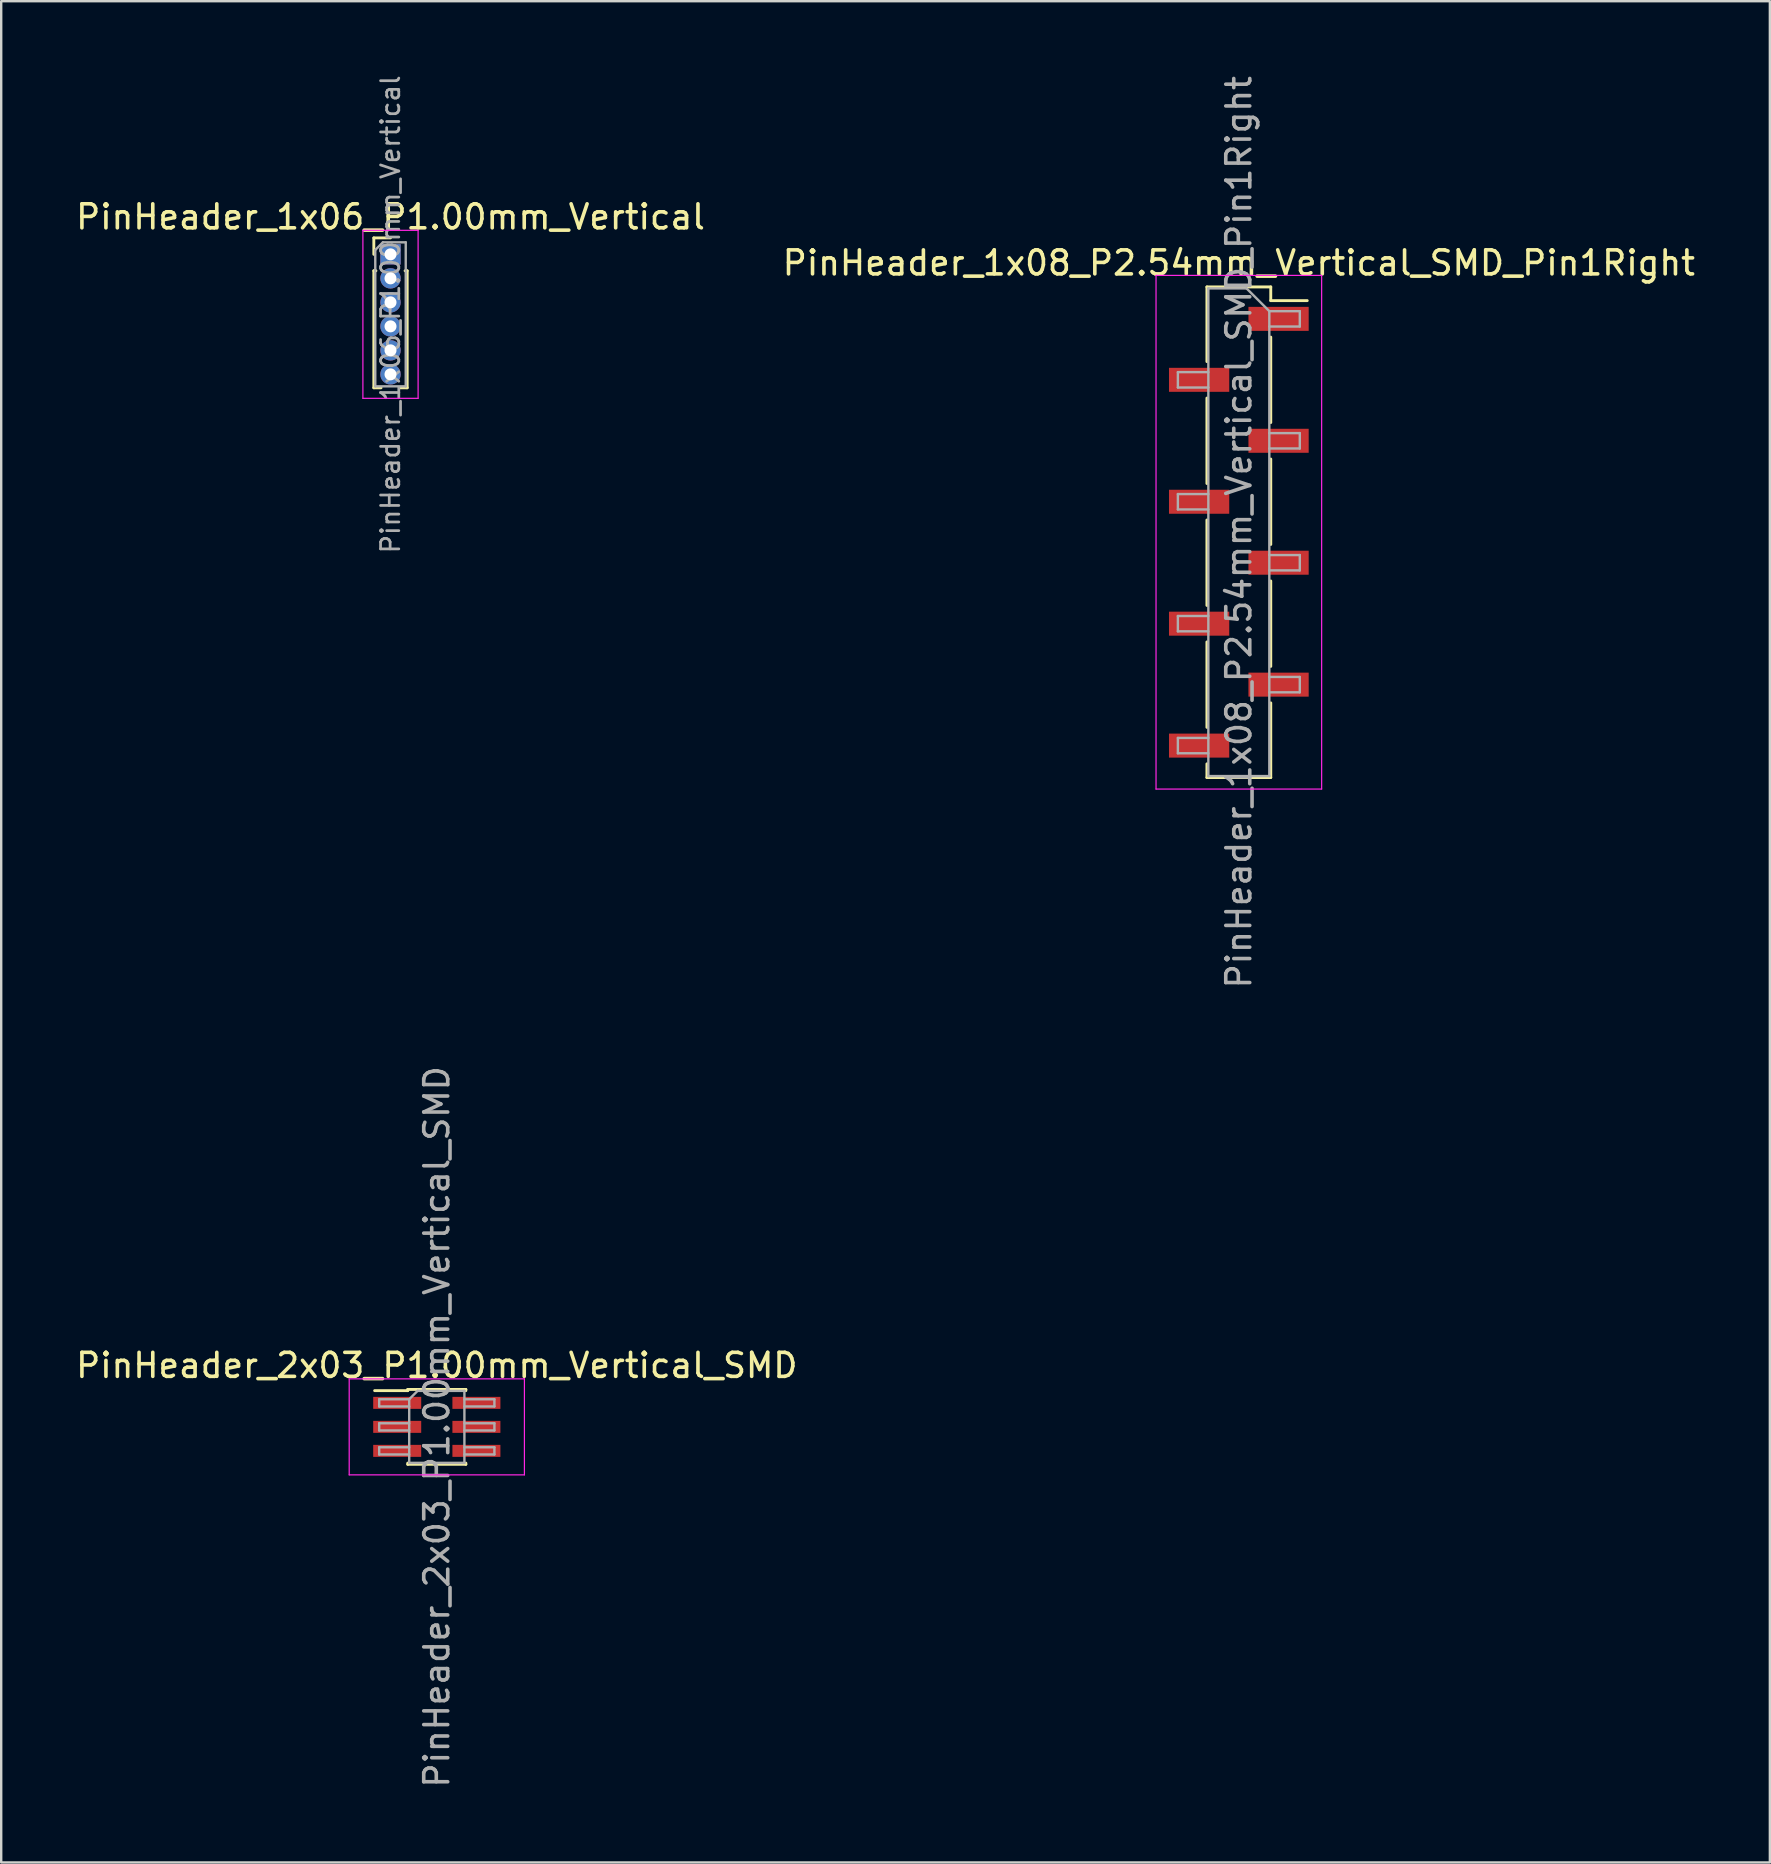
<source format=kicad_pcb>
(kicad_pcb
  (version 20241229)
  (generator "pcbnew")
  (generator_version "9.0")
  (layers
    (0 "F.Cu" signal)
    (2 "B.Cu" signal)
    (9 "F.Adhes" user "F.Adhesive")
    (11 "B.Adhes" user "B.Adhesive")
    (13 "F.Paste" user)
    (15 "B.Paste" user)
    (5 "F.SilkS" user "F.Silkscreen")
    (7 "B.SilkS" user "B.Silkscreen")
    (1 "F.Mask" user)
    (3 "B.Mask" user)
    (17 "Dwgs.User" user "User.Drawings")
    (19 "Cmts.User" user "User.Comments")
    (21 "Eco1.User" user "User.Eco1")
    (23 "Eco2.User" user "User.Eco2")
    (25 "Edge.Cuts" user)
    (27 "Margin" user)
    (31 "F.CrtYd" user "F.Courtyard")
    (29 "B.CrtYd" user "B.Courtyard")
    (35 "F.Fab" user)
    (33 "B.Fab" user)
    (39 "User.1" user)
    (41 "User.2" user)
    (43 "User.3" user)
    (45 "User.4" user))
  (footprint "PinHeader_1x06_P1.00mm_Vertical"
    (layer "F.Cu")
    (at 13.22 7.547)
    (property "Reference" "PinHeader_1x06_P1.00mm_Vertical" (at 0 -1.56 0) (layer "F.SilkS") (effects (font (size 1 1) (thickness 0.15))))
    (attr through_hole)
    (fp_line (start -0.695 -0.685) (end 0 -0.685) (stroke (width 0.12) (type solid)) (layer "F.SilkS"))
    (fp_line (start -0.695 0) (end -0.695 -0.685) (stroke (width 0.12) (type solid)) (layer "F.SilkS"))
    (fp_line (start -0.695 0.685) (end -0.695 5.56) (stroke (width 0.12) (type solid)) (layer "F.SilkS"))
    (fp_line (start -0.695 0.685) (end -0.608 0.685) (stroke (width 0.12) (type solid)) (layer "F.SilkS"))
    (fp_line (start -0.695 5.56) (end -0.394 5.56) (stroke (width 0.12) (type solid)) (layer "F.SilkS"))
    (fp_line (start 0.394 5.56) (end 0.695 5.56) (stroke (width 0.12) (type solid)) (layer "F.SilkS"))
    (fp_line (start 0.608 0.685) (end 0.695 0.685) (stroke (width 0.12) (type solid)) (layer "F.SilkS"))
    (fp_line (start 0.695 0.685) (end 0.695 5.56) (stroke (width 0.12) (type solid)) (layer "F.SilkS"))
    (fp_line (start -1.15 -1) (end -1.15 6) (stroke (width 0.05) (type solid)) (layer "F.CrtYd"))
    (fp_line (start -1.15 6) (end 1.15 6) (stroke (width 0.05) (type solid)) (layer "F.CrtYd"))
    (fp_line (start 1.15 -1) (end -1.15 -1) (stroke (width 0.05) (type solid)) (layer "F.CrtYd"))
    (fp_line (start 1.15 6) (end 1.15 -1) (stroke (width 0.05) (type solid)) (layer "F.CrtYd"))
    (fp_line (start -0.635 -0.182) (end -0.318 -0.5) (stroke (width 0.1) (type solid)) (layer "F.Fab"))
    (fp_line (start -0.635 5.5) (end -0.635 -0.182) (stroke (width 0.1) (type solid)) (layer "F.Fab"))
    (fp_line (start -0.318 -0.5) (end 0.635 -0.5) (stroke (width 0.1) (type solid)) (layer "F.Fab"))
    (fp_line (start 0.635 -0.5) (end 0.635 5.5) (stroke (width 0.1) (type solid)) (layer "F.Fab"))
    (fp_line (start 0.635 5.5) (end -0.635 5.5) (stroke (width 0.1) (type solid)) (layer "F.Fab"))
    (fp_text user "${REFERENCE}" (at 0 2.5 90) (layer "F.Fab") (effects (font (size 0.76 0.76) (thickness 0.114))))
    (pad "1" thru_hole rect (at 0 0) (size 0.85 0.85) (drill 0.5) (layers "*.Cu" "*.Mask"))
    (pad "2" thru_hole oval (at 0 1) (size 0.85 0.85) (drill 0.5) (layers "*.Cu" "*.Mask"))
    (pad "3" thru_hole oval (at 0 2) (size 0.85 0.85) (drill 0.5) (layers "*.Cu" "*.Mask"))
    (pad "4" thru_hole oval (at 0 3) (size 0.85 0.85) (drill 0.5) (layers "*.Cu" "*.Mask"))
    (pad "5" thru_hole oval (at 0 4) (size 0.85 0.85) (drill 0.5) (layers "*.Cu" "*.Mask"))
    (pad "6" thru_hole oval (at 0 5) (size 0.85 0.85) (drill 0.5) (layers "*.Cu" "*.Mask")))
  (footprint "PinHeader_2x03_P1.00mm_Vertical_SMD"
    (layer "F.Cu")
    (at 15.149 56.399)
    (property "Reference" "PinHeader_2x03_P1.00mm_Vertical_SMD" (at 0 -2.56 0) (layer "F.SilkS") (effects (font (size 1 1) (thickness 0.15))))
    (attr smd)
    (fp_line (start -2.59 -1.51) (end -1.21 -1.51) (stroke (width 0.12) (type solid)) (layer "F.SilkS"))
    (fp_line (start -1.21 -1.56) (end -1.21 -1.51) (stroke (width 0.12) (type solid)) (layer "F.SilkS"))
    (fp_line (start -1.21 -1.56) (end 1.21 -1.56) (stroke (width 0.12) (type solid)) (layer "F.SilkS"))
    (fp_line (start -1.21 1.51) (end -1.21 1.56) (stroke (width 0.12) (type solid)) (layer "F.SilkS"))
    (fp_line (start -1.21 1.56) (end 1.21 1.56) (stroke (width 0.12) (type solid)) (layer "F.SilkS"))
    (fp_line (start 1.21 -1.56) (end 1.21 -1.51) (stroke (width 0.12) (type solid)) (layer "F.SilkS"))
    (fp_line (start 1.21 1.51) (end 1.21 1.56) (stroke (width 0.12) (type solid)) (layer "F.SilkS"))
    (fp_line (start -3.65 -2) (end -3.65 2) (stroke (width 0.05) (type solid)) (layer "F.CrtYd"))
    (fp_line (start -3.65 2) (end 3.65 2) (stroke (width 0.05) (type solid)) (layer "F.CrtYd"))
    (fp_line (start 3.65 -2) (end -3.65 -2) (stroke (width 0.05) (type solid)) (layer "F.CrtYd"))
    (fp_line (start 3.65 2) (end 3.65 -2) (stroke (width 0.05) (type solid)) (layer "F.CrtYd"))
    (fp_line (start -2.4 -1.15) (end -2.4 -0.85) (stroke (width 0.1) (type solid)) (layer "F.Fab"))
    (fp_line (start -2.4 -0.85) (end -1.15 -0.85) (stroke (width 0.1) (type solid)) (layer "F.Fab"))
    (fp_line (start -2.4 -0.15) (end -2.4 0.15) (stroke (width 0.1) (type solid)) (layer "F.Fab"))
    (fp_line (start -2.4 0.15) (end -1.15 0.15) (stroke (width 0.1) (type solid)) (layer "F.Fab"))
    (fp_line (start -2.4 0.85) (end -2.4 1.15) (stroke (width 0.1) (type solid)) (layer "F.Fab"))
    (fp_line (start -2.4 1.15) (end -1.15 1.15) (stroke (width 0.1) (type solid)) (layer "F.Fab"))
    (fp_line (start -1.15 -1.15) (end -2.4 -1.15) (stroke (width 0.1) (type solid)) (layer "F.Fab"))
    (fp_line (start -1.15 -1.15) (end -0.8 -1.5) (stroke (width 0.1) (type solid)) (layer "F.Fab"))
    (fp_line (start -1.15 -0.15) (end -2.4 -0.15) (stroke (width 0.1) (type solid)) (layer "F.Fab"))
    (fp_line (start -1.15 0.85) (end -2.4 0.85) (stroke (width 0.1) (type solid)) (layer "F.Fab"))
    (fp_line (start -1.15 1.5) (end -1.15 -1.15) (stroke (width 0.1) (type solid)) (layer "F.Fab"))
    (fp_line (start -0.8 -1.5) (end 1.15 -1.5) (stroke (width 0.1) (type solid)) (layer "F.Fab"))
    (fp_line (start 1.15 -1.5) (end 1.15 1.5) (stroke (width 0.1) (type solid)) (layer "F.Fab"))
    (fp_line (start 1.15 -1.15) (end 2.4 -1.15) (stroke (width 0.1) (type solid)) (layer "F.Fab"))
    (fp_line (start 1.15 -0.15) (end 2.4 -0.15) (stroke (width 0.1) (type solid)) (layer "F.Fab"))
    (fp_line (start 1.15 0.85) (end 2.4 0.85) (stroke (width 0.1) (type solid)) (layer "F.Fab"))
    (fp_line (start 1.15 1.5) (end -1.15 1.5) (stroke (width 0.1) (type solid)) (layer "F.Fab"))
    (fp_line (start 2.4 -1.15) (end 2.4 -0.85) (stroke (width 0.1) (type solid)) (layer "F.Fab"))
    (fp_line (start 2.4 -0.85) (end 1.15 -0.85) (stroke (width 0.1) (type solid)) (layer "F.Fab"))
    (fp_line (start 2.4 -0.15) (end 2.4 0.15) (stroke (width 0.1) (type solid)) (layer "F.Fab"))
    (fp_line (start 2.4 0.15) (end 1.15 0.15) (stroke (width 0.1) (type solid)) (layer "F.Fab"))
    (fp_line (start 2.4 0.85) (end 2.4 1.15) (stroke (width 0.1) (type solid)) (layer "F.Fab"))
    (fp_line (start 2.4 1.15) (end 1.15 1.15) (stroke (width 0.1) (type solid)) (layer "F.Fab"))
    (fp_text user "${REFERENCE}" (at 0 0 90) (layer "F.Fab") (effects (font (size 1 1) (thickness 0.15))))
    (pad "1" smd rect (at -1.65 -1) (size 2 0.5) (layers "F.Cu" "F.Mask" "F.Paste"))
    (pad "2" smd rect (at 1.65 -1) (size 2 0.5) (layers "F.Cu" "F.Mask" "F.Paste"))
    (pad "3" smd rect (at -1.65 0) (size 2 0.5) (layers "F.Cu" "F.Mask" "F.Paste"))
    (pad "4" smd rect (at 1.65 0) (size 2 0.5) (layers "F.Cu" "F.Mask" "F.Paste"))
    (pad "5" smd rect (at -1.65 1) (size 2 0.5) (layers "F.Cu" "F.Mask" "F.Paste"))
    (pad "6" smd rect (at 1.65 1) (size 2 0.5) (layers "F.Cu" "F.Mask" "F.Paste")))
  (footprint "PinHeader_1x08_P2.54mm_Vertical_SMD_Pin1Right"
    (layer "F.Cu")
    (at 48.565 19.125)
    (property "Reference" "PinHeader_1x08_P2.54mm_Vertical_SMD_Pin1Right" (at 0 -11.22 0) (layer "F.SilkS") (effects (font (size 1 1) (thickness 0.15))))
    (attr smd)
    (fp_line (start -1.33 -10.22) (end -1.33 -7.11) (stroke (width 0.12) (type solid)) (layer "F.SilkS"))
    (fp_line (start -1.33 -10.22) (end 1.33 -10.22) (stroke (width 0.12) (type solid)) (layer "F.SilkS"))
    (fp_line (start -1.33 -5.59) (end -1.33 -2.03) (stroke (width 0.12) (type solid)) (layer "F.SilkS"))
    (fp_line (start -1.33 -0.51) (end -1.33 3.05) (stroke (width 0.12) (type solid)) (layer "F.SilkS"))
    (fp_line (start -1.33 4.57) (end -1.33 8.13) (stroke (width 0.12) (type solid)) (layer "F.SilkS"))
    (fp_line (start -1.33 9.65) (end -1.33 10.22) (stroke (width 0.12) (type solid)) (layer "F.SilkS"))
    (fp_line (start -1.33 10.22) (end 1.33 10.22) (stroke (width 0.12) (type solid)) (layer "F.SilkS"))
    (fp_line (start 1.33 -10.22) (end 1.33 -9.65) (stroke (width 0.12) (type solid)) (layer "F.SilkS"))
    (fp_line (start 1.33 -9.65) (end 2.85 -9.65) (stroke (width 0.12) (type solid)) (layer "F.SilkS"))
    (fp_line (start 1.33 -8.13) (end 1.33 -4.57) (stroke (width 0.12) (type solid)) (layer "F.SilkS"))
    (fp_line (start 1.33 -3.05) (end 1.33 0.51) (stroke (width 0.12) (type solid)) (layer "F.SilkS"))
    (fp_line (start 1.33 2.03) (end 1.33 5.59) (stroke (width 0.12) (type solid)) (layer "F.SilkS"))
    (fp_line (start 1.33 7.11) (end 1.33 10.22) (stroke (width 0.12) (type solid)) (layer "F.SilkS"))
    (fp_line (start -3.45 -10.7) (end -3.45 10.7) (stroke (width 0.05) (type solid)) (layer "F.CrtYd"))
    (fp_line (start -3.45 10.7) (end 3.45 10.7) (stroke (width 0.05) (type solid)) (layer "F.CrtYd"))
    (fp_line (start 3.45 -10.7) (end -3.45 -10.7) (stroke (width 0.05) (type solid)) (layer "F.CrtYd"))
    (fp_line (start 3.45 10.7) (end 3.45 -10.7) (stroke (width 0.05) (type solid)) (layer "F.CrtYd"))
    (fp_line (start -2.54 -6.67) (end -2.54 -6.03) (stroke (width 0.1) (type solid)) (layer "F.Fab"))
    (fp_line (start -2.54 -6.03) (end -1.27 -6.03) (stroke (width 0.1) (type solid)) (layer "F.Fab"))
    (fp_line (start -2.54 -1.59) (end -2.54 -0.95) (stroke (width 0.1) (type solid)) (layer "F.Fab"))
    (fp_line (start -2.54 -0.95) (end -1.27 -0.95) (stroke (width 0.1) (type solid)) (layer "F.Fab"))
    (fp_line (start -2.54 3.49) (end -2.54 4.13) (stroke (width 0.1) (type solid)) (layer "F.Fab"))
    (fp_line (start -2.54 4.13) (end -1.27 4.13) (stroke (width 0.1) (type solid)) (layer "F.Fab"))
    (fp_line (start -2.54 8.57) (end -2.54 9.21) (stroke (width 0.1) (type solid)) (layer "F.Fab"))
    (fp_line (start -2.54 9.21) (end -1.27 9.21) (stroke (width 0.1) (type solid)) (layer "F.Fab"))
    (fp_line (start -1.27 -10.16) (end -1.27 10.16) (stroke (width 0.1) (type solid)) (layer "F.Fab"))
    (fp_line (start -1.27 -10.16) (end 0.32 -10.16) (stroke (width 0.1) (type solid)) (layer "F.Fab"))
    (fp_line (start -1.27 -6.67) (end -2.54 -6.67) (stroke (width 0.1) (type solid)) (layer "F.Fab"))
    (fp_line (start -1.27 -1.59) (end -2.54 -1.59) (stroke (width 0.1) (type solid)) (layer "F.Fab"))
    (fp_line (start -1.27 3.49) (end -2.54 3.49) (stroke (width 0.1) (type solid)) (layer "F.Fab"))
    (fp_line (start -1.27 8.57) (end -2.54 8.57) (stroke (width 0.1) (type solid)) (layer "F.Fab"))
    (fp_line (start 1.27 -9.21) (end 0.32 -10.16) (stroke (width 0.1) (type solid)) (layer "F.Fab"))
    (fp_line (start 1.27 -9.21) (end 2.54 -9.21) (stroke (width 0.1) (type solid)) (layer "F.Fab"))
    (fp_line (start 1.27 -4.13) (end 2.54 -4.13) (stroke (width 0.1) (type solid)) (layer "F.Fab"))
    (fp_line (start 1.27 0.95) (end 2.54 0.95) (stroke (width 0.1) (type solid)) (layer "F.Fab"))
    (fp_line (start 1.27 6.03) (end 2.54 6.03) (stroke (width 0.1) (type solid)) (layer "F.Fab"))
    (fp_line (start 1.27 10.16) (end -1.27 10.16) (stroke (width 0.1) (type solid)) (layer "F.Fab"))
    (fp_line (start 1.27 10.16) (end 1.27 -9.21) (stroke (width 0.1) (type solid)) (layer "F.Fab"))
    (fp_line (start 2.54 -9.21) (end 2.54 -8.57) (stroke (width 0.1) (type solid)) (layer "F.Fab"))
    (fp_line (start 2.54 -8.57) (end 1.27 -8.57) (stroke (width 0.1) (type solid)) (layer "F.Fab"))
    (fp_line (start 2.54 -4.13) (end 2.54 -3.49) (stroke (width 0.1) (type solid)) (layer "F.Fab"))
    (fp_line (start 2.54 -3.49) (end 1.27 -3.49) (stroke (width 0.1) (type solid)) (layer "F.Fab"))
    (fp_line (start 2.54 0.95) (end 2.54 1.59) (stroke (width 0.1) (type solid)) (layer "F.Fab"))
    (fp_line (start 2.54 1.59) (end 1.27 1.59) (stroke (width 0.1) (type solid)) (layer "F.Fab"))
    (fp_line (start 2.54 6.03) (end 2.54 6.67) (stroke (width 0.1) (type solid)) (layer "F.Fab"))
    (fp_line (start 2.54 6.67) (end 1.27 6.67) (stroke (width 0.1) (type solid)) (layer "F.Fab"))
    (fp_text user "${REFERENCE}" (at 0 0 90) (layer "F.Fab") (effects (font (size 1 1) (thickness 0.15))))
    (pad "1" smd rect (at 1.655 -8.89) (size 2.51 1) (layers "F.Cu" "F.Mask" "F.Paste"))
    (pad "2" smd rect (at -1.655 -6.35) (size 2.51 1) (layers "F.Cu" "F.Mask" "F.Paste"))
    (pad "3" smd rect (at 1.655 -3.81) (size 2.51 1) (layers "F.Cu" "F.Mask" "F.Paste"))
    (pad "4" smd rect (at -1.655 -1.27) (size 2.51 1) (layers "F.Cu" "F.Mask" "F.Paste"))
    (pad "5" smd rect (at 1.655 1.27) (size 2.51 1) (layers "F.Cu" "F.Mask" "F.Paste"))
    (pad "6" smd rect (at -1.655 3.81) (size 2.51 1) (layers "F.Cu" "F.Mask" "F.Paste"))
    (pad "7" smd rect (at 1.655 6.35) (size 2.51 1) (layers "F.Cu" "F.Mask" "F.Paste"))
    (pad "8" smd rect (at -1.655 8.89) (size 2.51 1) (layers "F.Cu" "F.Mask" "F.Paste")))
  (gr_rect
    (start -3 -3)
    (end 70.69 74.548)
    (stroke (width 0.1) (type default))
    (fill no)
    (layer "Edge.Cuts")))
</source>
